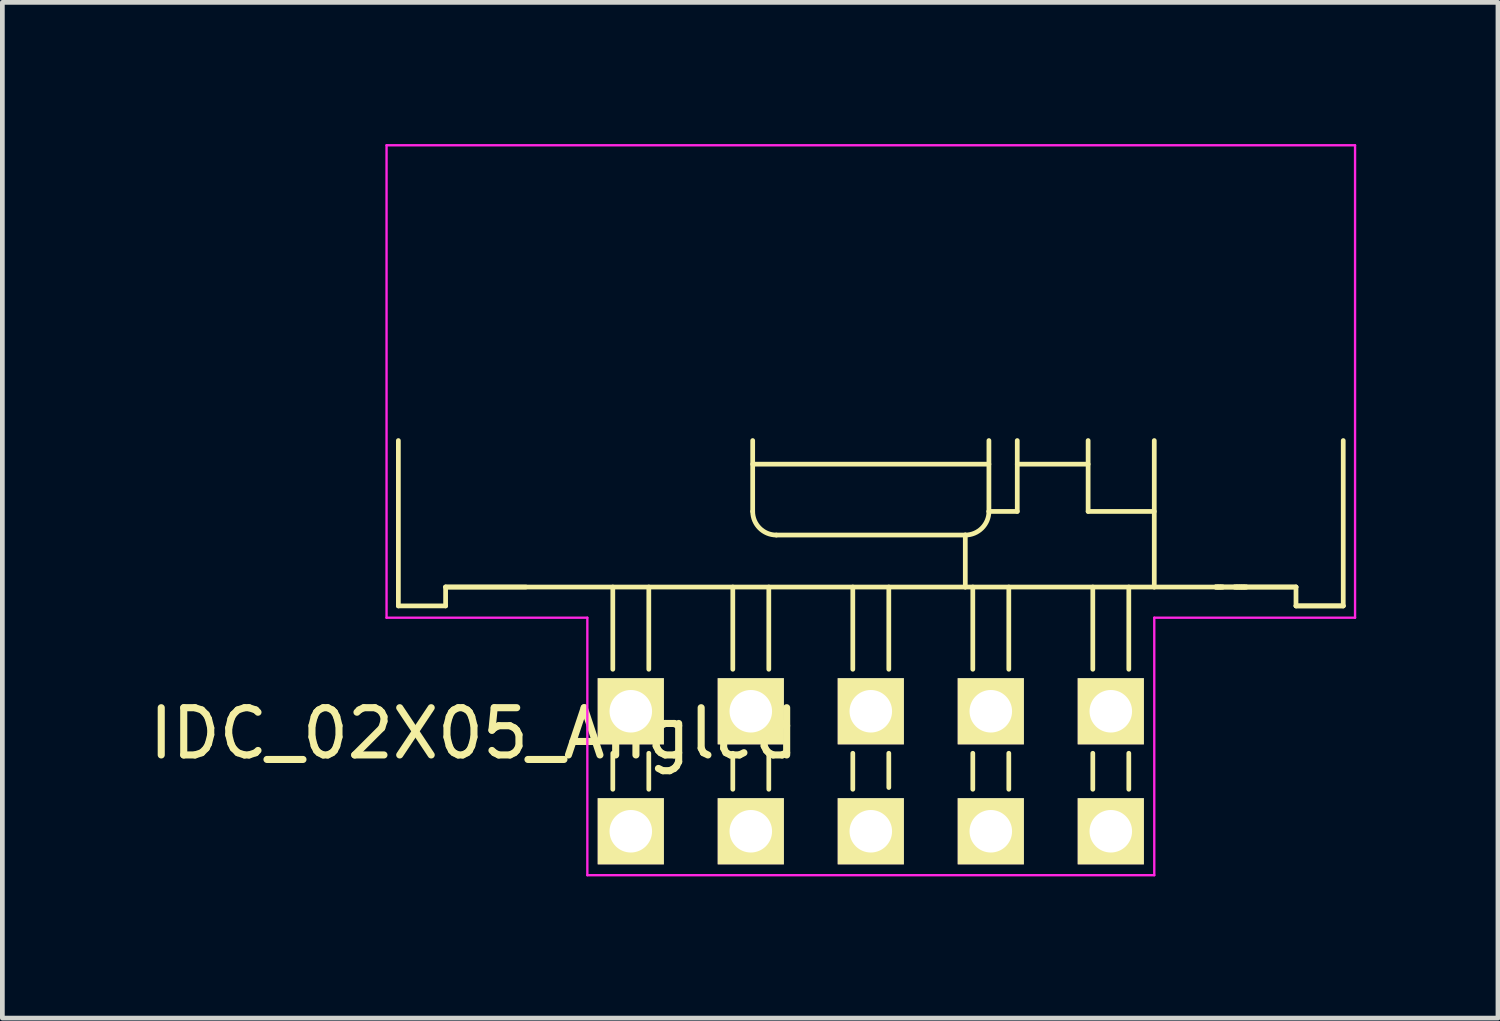
<source format=kicad_pcb>
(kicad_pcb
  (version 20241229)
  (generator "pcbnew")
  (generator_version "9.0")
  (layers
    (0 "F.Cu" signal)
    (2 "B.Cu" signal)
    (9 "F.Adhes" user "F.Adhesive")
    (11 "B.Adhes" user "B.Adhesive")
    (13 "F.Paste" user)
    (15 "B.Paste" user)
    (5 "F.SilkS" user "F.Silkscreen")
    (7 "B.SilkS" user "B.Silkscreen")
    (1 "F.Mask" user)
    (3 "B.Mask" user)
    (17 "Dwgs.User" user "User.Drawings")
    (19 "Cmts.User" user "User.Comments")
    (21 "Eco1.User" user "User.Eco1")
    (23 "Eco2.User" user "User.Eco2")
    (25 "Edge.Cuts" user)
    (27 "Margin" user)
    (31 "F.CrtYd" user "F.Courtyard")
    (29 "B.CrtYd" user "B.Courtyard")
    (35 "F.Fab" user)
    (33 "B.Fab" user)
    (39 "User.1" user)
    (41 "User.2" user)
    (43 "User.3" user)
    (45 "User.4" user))
  (footprint "IDC_02X05_Angled"
    (layer "F.Cu")
    (at 15.382 13.275)
    (property "Reference" "IDC_02X05_Angled" (at -8.4 -0.8 0) (layer "F.SilkS") (effects (font (size 1 1) (thickness 0.15))))
    (attr through_hole)
    (fp_line (start -10 -3.5) (end -10 -7) (stroke (width 0.1) (type solid)) (layer "F.SilkS"))
    (fp_line (start -9 -3.9) (end 2 -3.9) (stroke (width 0.1) (type solid)) (layer "F.SilkS"))
    (fp_line (start -9 -3.5) (end -10 -3.5) (stroke (width 0.1) (type solid)) (layer "F.SilkS"))
    (fp_line (start -9 -3.5) (end -9 -3.9) (stroke (width 0.1) (type solid)) (layer "F.SilkS"))
    (fp_line (start -7.3 -3.9) (end -9 -3.9) (stroke (width 0.1) (type solid)) (layer "F.SilkS"))
    (fp_line (start -5.461 -3.9) (end -5.461 -2.159) (stroke (width 0.1) (type solid)) (layer "F.SilkS"))
    (fp_line (start -5.461 -0.381) (end -5.461 0.381) (stroke (width 0.1) (type solid)) (layer "F.SilkS"))
    (fp_line (start -4.699 -3.9) (end -4.699 -2.159) (stroke (width 0.1) (type solid)) (layer "F.SilkS"))
    (fp_line (start -4.699 -0.381) (end -4.699 0.381) (stroke (width 0.1) (type solid)) (layer "F.SilkS"))
    (fp_line (start -2.921 -3.9) (end -2.921 -2.159) (stroke (width 0.1) (type solid)) (layer "F.SilkS"))
    (fp_line (start -2.921 -0.381) (end -2.921 0.381) (stroke (width 0.1) (type solid)) (layer "F.SilkS"))
    (fp_line (start -2.5 -6.5) (end 2.5 -6.5) (stroke (width 0.1) (type solid)) (layer "F.SilkS"))
    (fp_line (start -2.5 -5.5) (end -2.5 -7) (stroke (width 0.1) (type solid)) (layer "F.SilkS"))
    (fp_line (start -2.159 -3.9) (end -2.159 -2.159) (stroke (width 0.1) (type solid)) (layer "F.SilkS"))
    (fp_line (start -2.159 -0.381) (end -2.159 0.381) (stroke (width 0.1) (type solid)) (layer "F.SilkS"))
    (fp_line (start -0.381 -3.9) (end -0.381 -2.159) (stroke (width 0.1) (type solid)) (layer "F.SilkS"))
    (fp_line (start -0.381 -0.381) (end -0.381 0.381) (stroke (width 0.1) (type solid)) (layer "F.SilkS"))
    (fp_line (start 0.381 -3.9) (end 0.381 -2.159) (stroke (width 0.1) (type solid)) (layer "F.SilkS"))
    (fp_line (start 0.381 -0.381) (end 0.381 0.344) (stroke (width 0.1) (type solid)) (layer "F.SilkS"))
    (fp_line (start 2 -5) (end -2 -5) (stroke (width 0.1) (type solid)) (layer "F.SilkS"))
    (fp_line (start 2 -3.9) (end 2 -5) (stroke (width 0.1) (type solid)) (layer "F.SilkS"))
    (fp_line (start 2.159 -3.9) (end 2.159 -2.159) (stroke (width 0.1) (type solid)) (layer "F.SilkS"))
    (fp_line (start 2.159 -0.381) (end 2.159 0.381) (stroke (width 0.1) (type solid)) (layer "F.SilkS"))
    (fp_line (start 2.5 -5.5) (end 2.5 -7) (stroke (width 0.1) (type solid)) (layer "F.SilkS"))
    (fp_line (start 2.5 -5.5) (end 3.1 -5.5) (stroke (width 0.1) (type solid)) (layer "F.SilkS"))
    (fp_line (start 2.921 -3.9) (end 2.921 -2.159) (stroke (width 0.1) (type solid)) (layer "F.SilkS"))
    (fp_line (start 2.921 -0.381) (end 2.921 0.381) (stroke (width 0.1) (type solid)) (layer "F.SilkS"))
    (fp_line (start 3.1 -5.5) (end 3.1 -7) (stroke (width 0.1) (type solid)) (layer "F.SilkS"))
    (fp_line (start 4.6 -7) (end 4.6 -5.5) (stroke (width 0.1) (type solid)) (layer "F.SilkS"))
    (fp_line (start 4.6 -6.5) (end 3.1 -6.5) (stroke (width 0.1) (type solid)) (layer "F.SilkS"))
    (fp_line (start 4.6 -5.5) (end 6 -5.5) (stroke (width 0.1) (type solid)) (layer "F.SilkS"))
    (fp_line (start 4.699 -3.9) (end 4.699 -2.159) (stroke (width 0.1) (type solid)) (layer "F.SilkS"))
    (fp_line (start 4.699 -0.381) (end 4.699 0.381) (stroke (width 0.1) (type solid)) (layer "F.SilkS"))
    (fp_line (start 5.461 -3.9) (end 5.461 -2.159) (stroke (width 0.1) (type solid)) (layer "F.SilkS"))
    (fp_line (start 5.461 -0.381) (end 5.461 0.381) (stroke (width 0.1) (type solid)) (layer "F.SilkS"))
    (fp_line (start 6 -7) (end 6 -3.9) (stroke (width 0.1) (type solid)) (layer "F.SilkS"))
    (fp_line (start 6 -3.9) (end 2 -3.9) (stroke (width 0.1) (type solid)) (layer "F.SilkS"))
    (fp_line (start 6 -3.9) (end 9 -3.9) (stroke (width 0.1) (type solid)) (layer "F.SilkS"))
    (fp_line (start 7.3 -3.9) (end 7.35 -3.9) (stroke (width 0.1) (type solid)) (layer "F.SilkS"))
    (fp_line (start 7.3 -3.9) (end 9 -3.9) (stroke (width 0.1) (type solid)) (layer "F.SilkS"))
    (fp_line (start 7.35 -3.9) (end 7.4 -3.9) (stroke (width 0.1) (type solid)) (layer "F.SilkS"))
    (fp_line (start 7.4 -3.9) (end 7.45 -3.9) (stroke (width 0.1) (type solid)) (layer "F.SilkS"))
    (fp_line (start 7.45 -3.9) (end 7.3 -3.9) (stroke (width 0.1) (type solid)) (layer "F.SilkS"))
    (fp_line (start 7.7 -3.9) (end 7.75 -3.9) (stroke (width 0.1) (type solid)) (layer "F.SilkS"))
    (fp_line (start 7.75 -3.9) (end 7.8 -3.9) (stroke (width 0.1) (type solid)) (layer "F.SilkS"))
    (fp_line (start 7.8 -3.9) (end 7.85 -3.9) (stroke (width 0.1) (type solid)) (layer "F.SilkS"))
    (fp_line (start 7.85 -3.9) (end 7.9 -3.9) (stroke (width 0.1) (type solid)) (layer "F.SilkS"))
    (fp_line (start 7.9 -3.9) (end 7.95 -3.9) (stroke (width 0.1) (type solid)) (layer "F.SilkS"))
    (fp_line (start 7.95 -3.9) (end 7.7 -3.9) (stroke (width 0.1) (type solid)) (layer "F.SilkS"))
    (fp_line (start 9 -3.5) (end 9 -3.9) (stroke (width 0.1) (type solid)) (layer "F.SilkS"))
    (fp_line (start 10 -7) (end 10 -3.5) (stroke (width 0.1) (type solid)) (layer "F.SilkS"))
    (fp_line (start 10 -3.5) (end 9 -3.5) (stroke (width 0.1) (type solid)) (layer "F.SilkS"))
    (fp_line (start 10 -3.5) (end 9 -3.5) (stroke (width 0.1) (type solid)) (layer "F.SilkS"))
    (fp_arc (start -2 -5) (mid -2.353553 -5.146447) (end -2.5 -5.5) (stroke (width 0.1) (type solid)) (layer "F.SilkS"))
    (fp_arc (start 2.5 -5.5) (mid 2.353553 -5.146447) (end 2 -5) (stroke (width 0.1) (type solid)) (layer "F.SilkS"))
    (fp_line (start -10.25 -13.25) (end -10.25 -3.25) (stroke (width 0.05) (type solid)) (layer "F.CrtYd"))
    (fp_line (start -10.25 -3.25) (end -6 -3.25) (stroke (width 0.05) (type solid)) (layer "F.CrtYd"))
    (fp_line (start -6 -3.25) (end -6 2.2) (stroke (width 0.05) (type solid)) (layer "F.CrtYd"))
    (fp_line (start -6 2.2) (end 6 2.2) (stroke (width 0.05) (type solid)) (layer "F.CrtYd"))
    (fp_line (start 6 -3.25) (end 10.25 -3.25) (stroke (width 0.05) (type solid)) (layer "F.CrtYd"))
    (fp_line (start 6 2.2) (end 6 -3.25) (stroke (width 0.05) (type solid)) (layer "F.CrtYd"))
    (fp_line (start 10.25 -13.25) (end -10.25 -13.25) (stroke (width 0.05) (type solid)) (layer "F.CrtYd"))
    (fp_line (start 10.25 -3.25) (end 10.25 -13.25) (stroke (width 0.05) (type solid)) (layer "F.CrtYd"))
    (pad "1" thru_hole rect (at -5.08 1.27) (size 1.4 1.4) (drill 0.9) (layers "*.Cu" "*.Mask" "F.SilkS"))
    (pad "2" thru_hole rect (at -5.08 -1.27) (size 1.4 1.4) (drill 0.9) (layers "*.Cu" "*.Mask" "F.SilkS"))
    (pad "3" thru_hole rect (at -2.54 1.27) (size 1.4 1.4) (drill 0.9) (layers "*.Cu" "*.Mask" "F.SilkS"))
    (pad "4" thru_hole rect (at -2.54 -1.27) (size 1.4 1.4) (drill 0.9) (layers "*.Cu" "*.Mask" "F.SilkS"))
    (pad "5" thru_hole rect (at 0 1.27) (size 1.4 1.4) (drill 0.9) (layers "*.Cu" "*.Mask" "F.SilkS"))
    (pad "6" thru_hole rect (at 0 -1.27) (size 1.4 1.4) (drill 0.9) (layers "*.Cu" "*.Mask" "F.SilkS"))
    (pad "7" thru_hole rect (at 2.54 1.27) (size 1.4 1.4) (drill 0.9) (layers "*.Cu" "*.Mask" "F.SilkS"))
    (pad "8" thru_hole rect (at 2.54 -1.27) (size 1.4 1.4) (drill 0.9) (layers "*.Cu" "*.Mask" "F.SilkS"))
    (pad "9" thru_hole rect (at 5.08 1.27) (size 1.4 1.4) (drill 0.9) (layers "*.Cu" "*.Mask" "F.SilkS"))
    (pad "10" thru_hole rect (at 5.08 -1.27) (size 1.4 1.4) (drill 0.9) (layers "*.Cu" "*.Mask" "F.SilkS")))
  (gr_rect
    (start -3 -3)
    (end 28.657 18.5)
    (stroke (width 0.1) (type default))
    (fill no)
    (layer "Edge.Cuts")))
</source>
